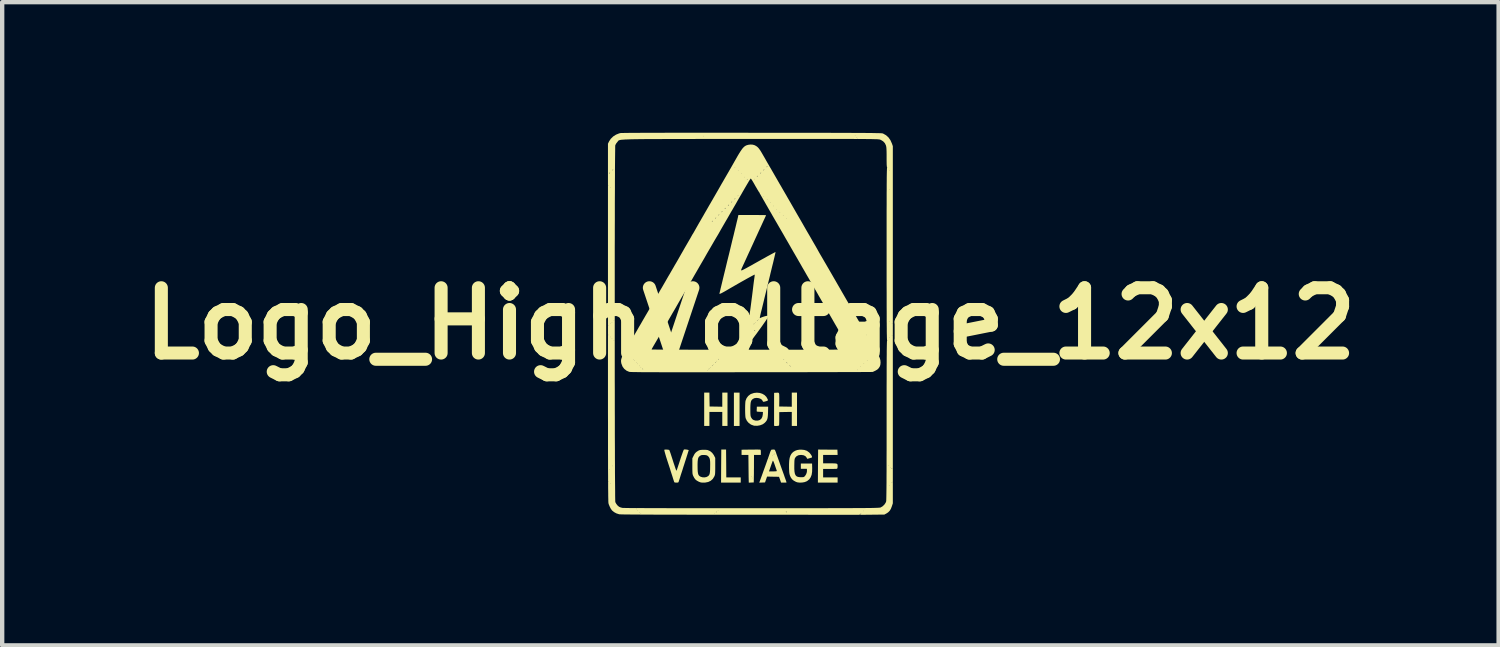
<source format=kicad_pcb>
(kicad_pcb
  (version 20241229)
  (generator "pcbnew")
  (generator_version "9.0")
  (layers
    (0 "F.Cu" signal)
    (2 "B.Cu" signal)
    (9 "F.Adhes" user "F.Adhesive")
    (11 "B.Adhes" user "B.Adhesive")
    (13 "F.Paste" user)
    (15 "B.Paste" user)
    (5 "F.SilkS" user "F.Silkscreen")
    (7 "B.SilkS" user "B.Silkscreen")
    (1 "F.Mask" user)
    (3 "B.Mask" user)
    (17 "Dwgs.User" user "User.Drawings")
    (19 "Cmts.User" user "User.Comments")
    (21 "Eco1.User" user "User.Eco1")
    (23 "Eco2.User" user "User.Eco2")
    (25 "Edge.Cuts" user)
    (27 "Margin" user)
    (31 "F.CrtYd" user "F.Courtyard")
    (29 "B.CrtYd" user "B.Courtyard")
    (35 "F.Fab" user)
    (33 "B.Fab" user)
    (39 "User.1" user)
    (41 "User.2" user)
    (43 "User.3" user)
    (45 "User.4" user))
  (footprint "Logo_HighVoltage_12x12"
    (layer "F.Cu")
    (at 14.193 4.384)
    (property "Reference" "Logo_HighVoltage_12x12" (at 0 0 0) (layer "F.SilkS") (effects (font (size 1.5 1.5) (thickness 0.3))))
    (attr board_only exclude_from_pos_files exclude_from_bom)
    (fp_poly (pts (xy -0.249 1.971) (xy -0.249 2.354) (xy -0.314 2.354) (xy -0.379 2.354) (xy -0.379 1.971) (xy -0.379 1.588) (xy -0.314 1.588) (xy -0.249 1.588)) (stroke (width 0) (type solid)) (fill yes) (layer "F.SilkS"))
    (fp_poly (pts (xy -0.556 3.215) (xy -0.554 3.536) (xy -0.388 3.536) (xy -0.222 3.536) (xy -0.222 3.596) (xy -0.222 3.656) (xy -0.448 3.656) (xy -0.674 3.656) (xy -0.672 3.276) (xy -0.669 2.895) (xy -0.614 2.895) (xy -0.559 2.895)) (stroke (width 0) (type solid)) (fill yes) (layer "F.SilkS"))
    (fp_poly (pts (xy -0.94 1.747) (xy -0.937 1.907) (xy -0.792 1.909) (xy -0.646 1.912) (xy -0.646 1.75) (xy -0.646 1.588) (xy -0.586 1.588) (xy -0.526 1.588) (xy -0.526 1.971) (xy -0.526 2.354) (xy -0.586 2.354) (xy -0.646 2.354) (xy -0.646 2.193) (xy -0.646 2.031) (xy -0.794 2.031) (xy -0.942 2.031) (xy -0.942 2.193) (xy -0.942 2.354) (xy -1.002 2.354) (xy -1.062 2.354) (xy -1.062 1.971) (xy -1.062 1.588) (xy -1.002 1.588) (xy -0.942 1.588)) (stroke (width 0) (type solid)) (fill yes) (layer "F.SilkS"))
    (fp_poly (pts (xy 1.777 2.898) (xy 1.999 2.899) (xy 2.002 2.959) (xy 2.004 3.019) (xy 1.838 3.019) (xy 1.671 3.019) (xy 1.671 3.116) (xy 1.671 3.213) (xy 1.817 3.213) (xy 1.88 3.213) (xy 1.927 3.214) (xy 1.96 3.216) (xy 1.982 3.221) (xy 1.995 3.228) (xy 2.001 3.24) (xy 2.003 3.256) (xy 2.004 3.277) (xy 2.004 3.278) (xy 2.002 3.311) (xy 1.997 3.329) (xy 1.989 3.337) (xy 1.975 3.339) (xy 1.946 3.34) (xy 1.906 3.341) (xy 1.857 3.342) (xy 1.823 3.342) (xy 1.671 3.342) (xy 1.671 3.439) (xy 1.671 3.536) (xy 1.837 3.536) (xy 2.004 3.536) (xy 2.004 3.596) (xy 2.004 3.656) (xy 1.777 3.656) (xy 1.551 3.656) (xy 1.553 3.276) (xy 1.556 2.896)) (stroke (width 0) (type solid)) (fill yes) (layer "F.SilkS"))
    (fp_poly (pts (xy 1.071 1.971) (xy 1.071 2.354) (xy 1.011 2.354) (xy 0.951 2.354) (xy 0.951 2.193) (xy 0.951 2.031) (xy 0.807 2.033) (xy 0.663 2.036) (xy 0.663 2.183) (xy 0.663 2.234) (xy 0.662 2.279) (xy 0.661 2.314) (xy 0.659 2.337) (xy 0.658 2.342) (xy 0.648 2.348) (xy 0.626 2.352) (xy 0.599 2.355) (xy 0.572 2.355) (xy 0.552 2.352) (xy 0.544 2.347) (xy 0.544 2.337) (xy 0.544 2.31) (xy 0.544 2.269) (xy 0.544 2.215) (xy 0.544 2.15) (xy 0.544 2.077) (xy 0.544 1.998) (xy 0.544 1.967) (xy 0.545 1.593) (xy 0.599 1.59) (xy 0.63 1.589) (xy 0.646 1.591) (xy 0.655 1.598) (xy 0.659 1.612) (xy 0.66 1.612) (xy 0.662 1.63) (xy 0.663 1.662) (xy 0.664 1.705) (xy 0.664 1.754) (xy 0.664 1.772) (xy 0.662 1.907) (xy 0.806 1.909) (xy 0.951 1.912) (xy 0.951 1.75) (xy 0.951 1.588) (xy 1.011 1.588) (xy 1.071 1.588)) (stroke (width 0) (type solid)) (fill yes) (layer "F.SilkS"))
    (fp_poly (pts (xy 0.2 2.897) (xy 0.221 2.897) (xy 0.225 2.898) (xy 0.233 2.903) (xy 0.238 2.917) (xy 0.24 2.944) (xy 0.24 2.96) (xy 0.24 3.019) (xy 0.162 3.019) (xy 0.083 3.019) (xy 0.082 3.238) (xy 0.082 3.307) (xy 0.081 3.376) (xy 0.081 3.441) (xy 0.08 3.498) (xy 0.079 3.542) (xy 0.079 3.555) (xy 0.077 3.652) (xy 0.02 3.654) (xy -0.037 3.657) (xy -0.038 3.627) (xy -0.039 3.598) (xy -0.04 3.551) (xy -0.04 3.55) (xy 0.046 3.55) (xy 0.051 3.555) (xy 0.055 3.55) (xy 0.051 3.545) (xy 0.046 3.55) (xy -0.04 3.55) (xy -0.041 3.522) (xy 0.018 3.522) (xy 0.023 3.527) (xy 0.028 3.522) (xy 0.023 3.518) (xy 0.018 3.522) (xy -0.041 3.522) (xy -0.041 3.487) (xy -0.042 3.406) (xy -0.043 3.309) (xy -0.044 3.206) (xy -0.046 3.019) (xy -0.125 3.019) (xy -0.203 3.019) (xy -0.203 2.96) (xy -0.203 2.9) (xy 0.003 2.897) (xy 0.064 2.897) (xy 0.119 2.896) (xy 0.165 2.896)) (stroke (width 0) (type solid)) (fill yes) (layer "F.SilkS"))
    (fp_poly (pts (xy -1.485 2.894) (xy -1.457 2.898) (xy -1.434 2.903) (xy -1.419 2.909) (xy -1.417 2.912) (xy -1.423 2.928) (xy -1.433 2.96) (xy -1.446 3.003) (xy -1.463 3.056) (xy -1.482 3.116) (xy -1.503 3.18) (xy -1.523 3.244) (xy -1.544 3.308) (xy -1.562 3.367) (xy -1.579 3.419) (xy -1.593 3.461) (xy -1.598 3.476) (xy -1.613 3.525) (xy -1.627 3.57) (xy -1.639 3.605) (xy -1.646 3.629) (xy -1.648 3.635) (xy -1.654 3.648) (xy -1.667 3.654) (xy -1.691 3.656) (xy -1.7 3.656) (xy -1.73 3.654) (xy -1.748 3.648) (xy -1.75 3.645) (xy -1.754 3.632) (xy -1.763 3.605) (xy -1.775 3.568) (xy -1.789 3.523) (xy -1.795 3.504) (xy -1.81 3.458) (xy -1.829 3.399) (xy -1.85 3.33) (xy -1.874 3.257) (xy -1.898 3.184) (xy -1.912 3.141) (xy -1.937 3.063) (xy -1.955 3.001) (xy -1.968 2.955) (xy -1.976 2.923) (xy -1.978 2.905) (xy -1.977 2.9) (xy -1.962 2.897) (xy -1.936 2.896) (xy -1.907 2.898) (xy -1.881 2.901) (xy -1.865 2.906) (xy -1.864 2.907) (xy -1.859 2.918) (xy -1.85 2.942) (xy -1.837 2.978) (xy -1.823 3.021) (xy -1.819 3.033) (xy -1.79 3.122) (xy -1.767 3.195) (xy -1.747 3.254) (xy -1.732 3.299) (xy -1.721 3.333) (xy -1.712 3.356) (xy -1.706 3.372) (xy -1.702 3.38) (xy -1.699 3.382) (xy -1.698 3.381) (xy -1.694 3.371) (xy -1.684 3.346) (xy -1.671 3.307) (xy -1.655 3.258) (xy -1.636 3.201) (xy -1.616 3.138) (xy -1.615 3.137) (xy -1.595 3.074) (xy -1.575 3.017) (xy -1.558 2.969) (xy -1.544 2.931) (xy -1.533 2.905) (xy -1.527 2.896) (xy -1.527 2.896) (xy -1.51 2.893)) (stroke (width 0) (type solid)) (fill yes) (layer "F.SilkS"))
    (fp_poly (pts (xy 1.239 2.905) (xy 1.298 2.925) (xy 1.347 2.96) (xy 1.366 2.979) (xy 1.391 3.012) (xy 1.409 3.041) (xy 1.416 3.064) (xy 1.413 3.078) (xy 1.41 3.08) (xy 1.39 3.086) (xy 1.363 3.094) (xy 1.337 3.102) (xy 1.316 3.107) (xy 1.306 3.109) (xy 1.306 3.109) (xy 1.301 3.1) (xy 1.291 3.081) (xy 1.29 3.078) (xy 1.264 3.048) (xy 1.225 3.028) (xy 1.175 3.02) (xy 1.162 3.019) (xy 1.107 3.026) (xy 1.063 3.047) (xy 1.032 3.081) (xy 1.03 3.084) (xy 1.022 3.099) (xy 1.017 3.116) (xy 1.013 3.139) (xy 1.011 3.171) (xy 1.01 3.216) (xy 1.009 3.259) (xy 1.009 3.339) (xy 1.013 3.401) (xy 1.022 3.45) (xy 1.037 3.485) (xy 1.059 3.509) (xy 1.088 3.523) (xy 1.127 3.53) (xy 1.16 3.532) (xy 1.196 3.531) (xy 1.219 3.529) (xy 1.235 3.522) (xy 1.248 3.51) (xy 1.256 3.502) (xy 1.282 3.461) (xy 1.298 3.412) (xy 1.3 3.367) (xy 1.297 3.338) (xy 1.228 3.338) (xy 1.159 3.338) (xy 1.159 3.278) (xy 1.159 3.218) (xy 1.288 3.218) (xy 1.417 3.218) (xy 1.42 3.323) (xy 1.418 3.407) (xy 1.407 3.477) (xy 1.385 3.533) (xy 1.354 3.579) (xy 1.31 3.615) (xy 1.288 3.628) (xy 1.242 3.645) (xy 1.187 3.654) (xy 1.13 3.656) (xy 1.078 3.649) (xy 1.046 3.638) (xy 0.995 3.61) (xy 0.957 3.578) (xy 0.929 3.538) (xy 0.918 3.515) (xy 0.908 3.491) (xy 0.901 3.468) (xy 0.896 3.443) (xy 0.892 3.412) (xy 0.89 3.37) (xy 0.888 3.324) (xy 0.888 3.23) (xy 0.892 3.152) (xy 0.902 3.088) (xy 0.919 3.037) (xy 0.942 2.995) (xy 0.972 2.962) (xy 0.987 2.949) (xy 1.031 2.923) (xy 1.076 2.907) (xy 1.128 2.899) (xy 1.169 2.898)) (stroke (width 0) (type solid)) (fill yes) (layer "F.SilkS"))
    (fp_poly (pts (xy 0.213 1.595) (xy 0.273 1.614) (xy 0.325 1.644) (xy 0.367 1.686) (xy 0.396 1.738) (xy 0.401 1.751) (xy 0.402 1.763) (xy 0.396 1.772) (xy 0.377 1.78) (xy 0.357 1.786) (xy 0.324 1.795) (xy 0.303 1.799) (xy 0.292 1.796) (xy 0.284 1.785) (xy 0.278 1.772) (xy 0.257 1.745) (xy 0.223 1.725) (xy 0.181 1.713) (xy 0.137 1.709) (xy 0.094 1.715) (xy 0.058 1.732) (xy 0.057 1.733) (xy 0.037 1.75) (xy 0.022 1.769) (xy 0.012 1.794) (xy 0.005 1.827) (xy 0.001 1.871) (xy -0.001 1.929) (xy -0.001 1.97) (xy -0.001 2.028) (xy -0.000002 2.071) (xy 0.002 2.102) (xy 0.005 2.125) (xy 0.01 2.142) (xy 0.017 2.158) (xy 0.018 2.16) (xy 0.042 2.196) (xy 0.074 2.218) (xy 0.116 2.23) (xy 0.17 2.231) (xy 0.216 2.217) (xy 0.251 2.188) (xy 0.274 2.145) (xy 0.285 2.091) (xy 0.288 2.032) (xy 0.216 2.029) (xy 0.179 2.027) (xy 0.157 2.025) (xy 0.147 2.02) (xy 0.144 2.012) (xy 0.144 2.01) (xy 0.145 1.991) (xy 0.146 1.963) (xy 0.147 1.953) (xy 0.148 1.911) (xy 0.278 1.911) (xy 0.408 1.911) (xy 0.405 2.043) (xy 0.402 2.107) (xy 0.397 2.156) (xy 0.389 2.194) (xy 0.376 2.225) (xy 0.357 2.252) (xy 0.331 2.28) (xy 0.33 2.281) (xy 0.282 2.316) (xy 0.222 2.339) (xy 0.157 2.35) (xy 0.09 2.348) (xy 0.075 2.345) (xy 0.014 2.323) (xy -0.038 2.286) (xy -0.08 2.237) (xy -0.108 2.178) (xy -0.111 2.167) (xy -0.115 2.142) (xy -0.118 2.103) (xy -0.12 2.054) (xy -0.121 1.999) (xy -0.121 1.941) (xy -0.12 1.885) (xy -0.118 1.836) (xy -0.115 1.797) (xy -0.111 1.773) (xy -0.088 1.716) (xy -0.051 1.666) (xy -0.003 1.628) (xy 0.016 1.618) (xy 0.082 1.596) (xy 0.149 1.589)) (stroke (width 0) (type solid)) (fill yes) (layer "F.SilkS"))
    (fp_poly (pts (xy -1.015 2.903) (xy -0.984 2.907) (xy -0.981 2.908) (xy -0.926 2.932) (xy -0.878 2.972) (xy -0.84 3.024) (xy -0.836 3.033) (xy -0.808 3.088) (xy -0.808 3.278) (xy -0.808 3.342) (xy -0.809 3.391) (xy -0.81 3.427) (xy -0.812 3.454) (xy -0.815 3.475) (xy -0.82 3.492) (xy -0.827 3.509) (xy -0.83 3.516) (xy -0.864 3.571) (xy -0.911 3.613) (xy -0.969 3.641) (xy -1.04 3.655) (xy -1.076 3.656) (xy -1.117 3.655) (xy -1.15 3.649) (xy -1.183 3.636) (xy -1.199 3.628) (xy -1.237 3.606) (xy -1.266 3.581) (xy -1.29 3.548) (xy -1.314 3.502) (xy -1.321 3.485) (xy -1.326 3.469) (xy -1.33 3.449) (xy -1.332 3.422) (xy -1.333 3.387) (xy -1.334 3.339) (xy -1.334 3.278) (xy -1.214 3.278) (xy -1.213 3.347) (xy -1.21 3.401) (xy -1.204 3.442) (xy -1.195 3.472) (xy -1.181 3.494) (xy -1.162 3.51) (xy -1.145 3.52) (xy -1.104 3.533) (xy -1.058 3.536) (xy -1.015 3.529) (xy -0.991 3.518) (xy -0.969 3.504) (xy -0.953 3.488) (xy -0.942 3.469) (xy -0.934 3.443) (xy -0.929 3.406) (xy -0.926 3.358) (xy -0.925 3.3) (xy -0.924 3.231) (xy -0.925 3.177) (xy -0.929 3.135) (xy -0.936 3.104) (xy -0.947 3.08) (xy -0.962 3.06) (xy -0.97 3.051) (xy -0.988 3.036) (xy -1.007 3.028) (xy -1.034 3.023) (xy -1.06 3.021) (xy -1.098 3.021) (xy -1.124 3.024) (xy -1.146 3.034) (xy -1.152 3.037) (xy -1.173 3.053) (xy -1.189 3.071) (xy -1.2 3.095) (xy -1.207 3.127) (xy -1.212 3.171) (xy -1.214 3.228) (xy -1.214 3.278) (xy -1.334 3.278) (xy -1.334 3.278) (xy -1.334 3.097) (xy -1.303 3.035) (xy -1.283 2.997) (xy -1.262 2.971) (xy -1.236 2.948) (xy -1.222 2.939) (xy -1.194 2.921) (xy -1.171 2.911) (xy -1.144 2.905) (xy -1.108 2.902) (xy -1.096 2.901) (xy -1.054 2.901)) (stroke (width 0) (type solid)) (fill yes) (layer "F.SilkS"))
    (fp_poly (pts (xy 0.546 2.896) (xy 0.558 2.901) (xy 0.568 2.915) (xy 0.579 2.942) (xy 0.589 2.968) (xy 0.596 2.99) (xy 0.609 3.027) (xy 0.627 3.076) (xy 0.648 3.135) (xy 0.672 3.202) (xy 0.697 3.274) (xy 0.719 3.335) (xy 0.745 3.407) (xy 0.769 3.473) (xy 0.789 3.532) (xy 0.807 3.581) (xy 0.82 3.619) (xy 0.828 3.643) (xy 0.831 3.651) (xy 0.823 3.654) (xy 0.8 3.656) (xy 0.769 3.656) (xy 0.768 3.656) (xy 0.705 3.656) (xy 0.682 3.589) (xy 0.658 3.522) (xy 0.521 3.52) (xy 0.383 3.517) (xy 0.36 3.585) (xy 0.336 3.652) (xy 0.27 3.654) (xy 0.204 3.657) (xy 0.216 3.622) (xy 0.247 3.538) (xy 0.278 3.452) (xy 0.297 3.398) (xy 0.427 3.398) (xy 0.519 3.398) (xy 0.563 3.397) (xy 0.591 3.395) (xy 0.605 3.392) (xy 0.607 3.386) (xy 0.603 3.374) (xy 0.594 3.347) (xy 0.581 3.31) (xy 0.566 3.267) (xy 0.563 3.257) (xy 0.545 3.207) (xy 0.531 3.172) (xy 0.521 3.154) (xy 0.515 3.152) (xy 0.51 3.165) (xy 0.5 3.192) (xy 0.486 3.229) (xy 0.471 3.272) (xy 0.468 3.281) (xy 0.427 3.398) (xy 0.297 3.398) (xy 0.309 3.365) (xy 0.34 3.28) (xy 0.369 3.199) (xy 0.395 3.124) (xy 0.402 3.107) (xy 0.434 3.107) (xy 0.439 3.112) (xy 0.443 3.107) (xy 0.439 3.102) (xy 0.434 3.107) (xy 0.402 3.107) (xy 0.419 3.058) (xy 0.428 3.033) (xy 0.508 3.033) (xy 0.512 3.038) (xy 0.517 3.033) (xy 0.512 3.028) (xy 0.508 3.033) (xy 0.428 3.033) (xy 0.436 3.009) (xy 0.538 3.009) (xy 0.539 3.01) (xy 0.547 3.003) (xy 0.549 3.001) (xy 0.552 2.992) (xy 0.55 2.991) (xy 0.542 2.998) (xy 0.54 3.001) (xy 0.538 3.009) (xy 0.436 3.009) (xy 0.438 3.004) (xy 0.452 2.963) (xy 0.459 2.943) (xy 0.472 2.914) (xy 0.484 2.9) (xy 0.488 2.898) (xy 0.509 2.897) (xy 0.529 2.896)) (stroke (width 0) (type solid)) (fill yes) (layer "F.SilkS"))
    (fp_poly (pts (xy 0.117 -2.493) (xy 0.185 -2.493) (xy 0.245 -2.492) (xy 0.295 -2.492) (xy 0.332 -2.491) (xy 0.354 -2.49) (xy 0.36 -2.489) (xy 0.356 -2.48) (xy 0.347 -2.458) (xy 0.332 -2.426) (xy 0.318 -2.395) (xy 0.298 -2.353) (xy 0.28 -2.313) (xy 0.265 -2.281) (xy 0.259 -2.267) (xy 0.247 -2.241) (xy 0.23 -2.205) (xy 0.212 -2.165) (xy 0.208 -2.156) (xy 0.192 -2.122) (xy 0.171 -2.076) (xy 0.147 -2.023) (xy 0.121 -1.967) (xy 0.104 -1.93) (xy 0.079 -1.875) (xy 0.054 -1.82) (xy 0.031 -1.77) (xy 0.012 -1.729) (xy 0.003 -1.708) (xy -0.012 -1.676) (xy -0.033 -1.631) (xy -0.057 -1.579) (xy -0.082 -1.524) (xy -0.097 -1.491) (xy -0.121 -1.439) (xy -0.144 -1.388) (xy -0.165 -1.343) (xy -0.181 -1.308) (xy -0.188 -1.293) (xy -0.201 -1.264) (xy -0.21 -1.241) (xy -0.212 -1.23) (xy -0.212 -1.225) (xy -0.212 -1.222) (xy -0.209 -1.22) (xy -0.204 -1.22) (xy -0.194 -1.223) (xy -0.179 -1.229) (xy -0.158 -1.24) (xy -0.129 -1.255) (xy -0.091 -1.275) (xy -0.044 -1.301) (xy 0.015 -1.333) (xy 0.085 -1.373) (xy 0.169 -1.42) (xy 0.267 -1.475) (xy 0.326 -1.507) (xy 0.387 -1.542) (xy 0.443 -1.572) (xy 0.492 -1.599) (xy 0.532 -1.62) (xy 0.56 -1.635) (xy 0.575 -1.642) (xy 0.577 -1.642) (xy 0.576 -1.633) (xy 0.571 -1.607) (xy 0.562 -1.569) (xy 0.551 -1.52) (xy 0.537 -1.462) (xy 0.522 -1.398) (xy 0.521 -1.394) (xy 0.502 -1.319) (xy 0.483 -1.24) (xy 0.464 -1.163) (xy 0.447 -1.09) (xy 0.432 -1.029) (xy 0.424 -0.997) (xy 0.388 -0.847) (xy 0.355 -0.713) (xy 0.326 -0.595) (xy 0.301 -0.491) (xy 0.279 -0.401) (xy 0.26 -0.323) (xy 0.245 -0.266) (xy 0.231 -0.207) (xy 0.222 -0.165) (xy 0.217 -0.138) (xy 0.217 -0.125) (xy 0.22 -0.123) (xy 0.221 -0.124) (xy 0.236 -0.132) (xy 0.264 -0.144) (xy 0.299 -0.156) (xy 0.314 -0.161) (xy 0.353 -0.172) (xy 0.378 -0.177) (xy 0.393 -0.178) (xy 0.403 -0.173) (xy 0.404 -0.172) (xy 0.408 -0.165) (xy 0.406 -0.154) (xy 0.398 -0.136) (xy 0.382 -0.109) (xy 0.357 -0.07) (xy 0.34 -0.045) (xy 0.309 -0.001) (xy 0.271 0.054) (xy 0.228 0.114) (xy 0.184 0.174) (xy 0.143 0.231) (xy 0.106 0.28) (xy 0.072 0.326) (xy 0.042 0.367) (xy 0.019 0.398) (xy 0.004 0.419) (xy 0.001 0.422) (xy -0.014 0.441) (xy -0.025 0.452) (xy -0.027 0.452) (xy -0.032 0.444) (xy -0.039 0.421) (xy -0.048 0.388) (xy -0.054 0.362) (xy -0.062 0.327) (xy -0.072 0.281) (xy -0.085 0.225) (xy -0.099 0.163) (xy -0.102 0.148) (xy 0.084 0.148) (xy 0.086 0.153) (xy 0.091 0.159) (xy 0.105 0.174) (xy 0.111 0.174) (xy 0.111 0.172) (xy 0.104 0.164) (xy 0.095 0.156) (xy 0.084 0.148) (xy -0.102 0.148) (xy -0.108 0.125) (xy -0.037 0.125) (xy -0.032 0.129) (xy -0.028 0.125) (xy -0.032 0.12) (xy -0.037 0.125) (xy -0.108 0.125) (xy -0.114 0.097) (xy -0.118 0.078) (xy 0.009 0.078) (xy 0.014 0.083) (xy 0.018 0.078) (xy 0.014 0.074) (xy 0.009 0.078) (xy -0.118 0.078) (xy -0.124 0.051) (xy -0.018 0.051) (xy -0.014 0.055) (xy -0.009 0.051) (xy -0.014 0.046) (xy -0.018 0.051) (xy -0.124 0.051) (xy -0.129 0.03) (xy -0.136 0.000071) (xy -0.064 0.000071) (xy -0.062 0.005) (xy -0.057 0.012) (xy -0.043 0.026) (xy -0.037 0.026) (xy -0.037 0.024) (xy -0.042 0.018) (xy 0.076 0.018) (xy 0.077 0.018) (xy 0.086 0.012) (xy 0.088 0.009) (xy 0.09 0.001) (xy 0.089 0) (xy 0.08 0.006) (xy 0.078 0.009) (xy 0.076 0.018) (xy -0.042 0.018) (xy -0.043 0.017) (xy -0.053 0.008) (xy -0.064 0.000071) (xy -0.136 0.000071) (xy -0.141 -0.023) (xy 0.111 -0.023) (xy 0.115 -0.018) (xy 0.12 -0.023) (xy 0.115 -0.028) (xy 0.111 -0.023) (xy -0.141 -0.023) (xy -0.144 -0.036) (xy -0.15 -0.062) (xy -0.128 -0.062) (xy -0.126 -0.057) (xy -0.116 -0.047) (xy -0.111 -0.049) (xy -0.111 -0.05) (xy -0.116 -0.056) (xy 0.15 -0.056) (xy 0.151 -0.055) (xy 0.16 -0.062) (xy 0.162 -0.065) (xy 0.164 -0.073) (xy 0.163 -0.074) (xy 0.154 -0.067) (xy 0.152 -0.065) (xy 0.15 -0.056) (xy -0.116 -0.056) (xy -0.117 -0.058) (xy -0.121 -0.061) (xy -0.128 -0.062) (xy -0.15 -0.062) (xy -0.159 -0.097) (xy 0.185 -0.097) (xy 0.189 -0.092) (xy 0.194 -0.097) (xy 0.189 -0.102) (xy 0.185 -0.097) (xy -0.159 -0.097) (xy -0.159 -0.098) (xy -0.172 -0.154) (xy -0.183 -0.202) (xy -0.192 -0.238) (xy -0.197 -0.26) (xy -0.199 -0.265) (xy -0.195 -0.278) (xy -0.186 -0.285) (xy -0.175 -0.287) (xy -0.159 -0.282) (xy -0.136 -0.267) (xy -0.102 -0.242) (xy -0.098 -0.239) (xy -0.067 -0.216) (xy -0.042 -0.198) (xy -0.027 -0.188) (xy -0.023 -0.186) (xy -0.02 -0.197) (xy -0.016 -0.224) (xy -0.01 -0.266) (xy -0.002 -0.321) (xy 0.007 -0.389) (xy 0.017 -0.466) (xy 0.028 -0.552) (xy 0.04 -0.644) (xy 0.051 -0.734) (xy 0.06 -0.806) (xy 0.068 -0.874) (xy 0.076 -0.937) (xy 0.083 -0.99) (xy 0.089 -1.032) (xy 0.093 -1.059) (xy 0.093 -1.061) (xy 0.097 -1.092) (xy 0.099 -1.114) (xy 0.098 -1.124) (xy 0.089 -1.121) (xy 0.066 -1.109) (xy 0.03 -1.09) (xy -0.016 -1.065) (xy -0.071 -1.035) (xy -0.133 -1) (xy -0.201 -0.962) (xy -0.273 -0.921) (xy -0.346 -0.879) (xy -0.369 -0.866) (xy -0.389 -0.854) (xy -0.421 -0.836) (xy -0.461 -0.813) (xy -0.505 -0.787) (xy -0.517 -0.78) (xy -0.579 -0.744) (xy -0.628 -0.717) (xy -0.663 -0.698) (xy -0.688 -0.687) (xy -0.703 -0.681) (xy -0.71 -0.681) (xy -0.711 -0.684) (xy -0.709 -0.697) (xy -0.703 -0.723) (xy -0.694 -0.761) (xy -0.684 -0.806) (xy -0.679 -0.825) (xy -0.666 -0.879) (xy -0.65 -0.945) (xy -0.633 -1.016) (xy -0.616 -1.086) (xy -0.605 -1.131) (xy -0.569 -1.278) (xy -0.53 -1.441) (xy -0.486 -1.617) (xy -0.443 -1.796) (xy -0.412 -1.925) (xy -0.384 -2.037) (xy -0.361 -2.134) (xy -0.341 -2.215) (xy -0.325 -2.283) (xy -0.312 -2.338) (xy -0.301 -2.381) (xy -0.294 -2.412) (xy -0.29 -2.427) (xy -0.276 -2.493) (xy 0.042 -2.493)) (stroke (width 0) (type solid)) (fill yes) (layer "F.SilkS"))
    (fp_poly (pts (xy -0.866 -4.384) (xy -0.584 -4.384) (xy -0.285 -4.384) (xy 0.032 -4.383) (xy 0.042 -4.383) (xy 0.32 -4.383) (xy 0.581 -4.383) (xy 0.825 -4.383) (xy 1.052 -4.383) (xy 1.263 -4.382) (xy 1.458 -4.382) (xy 1.638 -4.382) (xy 1.805 -4.382) (xy 1.957 -4.381) (xy 2.096 -4.381) (xy 2.223 -4.381) (xy 2.338 -4.38) (xy 2.442 -4.38) (xy 2.535 -4.379) (xy 2.618 -4.379) (xy 2.691 -4.378) (xy 2.755 -4.378) (xy 2.811 -4.377) (xy 2.86 -4.376) (xy 2.901 -4.375) (xy 2.936 -4.375) (xy 2.964 -4.374) (xy 2.988 -4.373) (xy 3.006 -4.372) (xy 3.021 -4.371) (xy 3.032 -4.369) (xy 3.04 -4.368) (xy 3.046 -4.367) (xy 3.049 -4.365) (xy 3.118 -4.326) (xy 3.173 -4.276) (xy 3.217 -4.214) (xy 3.252 -4.136) (xy 3.273 -4.076) (xy 3.273 0.028) (xy 3.273 4.132) (xy 3.251 4.199) (xy 3.228 4.259) (xy 3.2 4.304) (xy 3.165 4.339) (xy 3.129 4.363) (xy 3.079 4.39) (xy 2.798 4.393) (xy 2.517 4.396) (xy 2.535 4.375) (xy 2.553 4.353) (xy 2.529 4.374) (xy 2.506 4.395) (xy -0.231 4.394) (xy -0.514 4.394) (xy -0.778 4.394) (xy -1.025 4.394) (xy -1.255 4.394) (xy -1.468 4.393) (xy -1.665 4.393) (xy -1.847 4.393) (xy -2.014 4.392) (xy -2.165 4.392) (xy -2.303 4.391) (xy -2.427 4.391) (xy -2.538 4.39) (xy -2.636 4.39) (xy -2.721 4.389) (xy -2.795 4.388) (xy -2.857 4.388) (xy -2.909 4.387) (xy -2.95 4.386) (xy -2.982 4.385) (xy -3.004 4.384) (xy -3.017 4.383) (xy -3.019 4.382) (xy -3.078 4.363) (xy -3.079 4.363) (xy -2.521 4.363) (xy -2.516 4.367) (xy -2.511 4.363) (xy -0.822 4.363) (xy -0.817 4.367) (xy -0.813 4.363) (xy -0.817 4.358) (xy -0.822 4.363) (xy -2.511 4.363) (xy -2.516 4.358) (xy -2.521 4.363) (xy -3.079 4.363) (xy -3.13 4.335) (xy -2.548 4.335) (xy -2.544 4.34) (xy -2.543 4.339) (xy -0.792 4.339) (xy -0.791 4.34) (xy -0.782 4.333) (xy -0.78 4.33) (xy -0.778 4.322) (xy -0.779 4.321) (xy -0.788 4.328) (xy -0.789 4.33) (xy -0.792 4.339) (xy -2.543 4.339) (xy -2.539 4.335) (xy -2.544 4.33) (xy -2.548 4.335) (xy -3.13 4.335) (xy -3.133 4.333) (xy -3.159 4.312) (xy 0.813 4.312) (xy 0.815 4.317) (xy 0.821 4.323) (xy 0.834 4.338) (xy 0.84 4.338) (xy 0.84 4.336) (xy 0.834 4.328) (xy 0.824 4.32) (xy 0.813 4.312) (xy -3.159 4.312) (xy -3.165 4.307) (xy 2.594 4.307) (xy 2.599 4.312) (xy 2.604 4.307) (xy 2.599 4.303) (xy 2.594 4.307) (xy -3.165 4.307) (xy -3.178 4.297) (xy -3.178 4.296) (xy -3.184 4.289) (xy -2.594 4.289) (xy -2.59 4.293) (xy -2.585 4.289) (xy -0.748 4.289) (xy -0.743 4.293) (xy -0.739 4.289) (xy -0.743 4.284) (xy -0.748 4.289) (xy -2.585 4.289) (xy -2.59 4.284) (xy -2.594 4.289) (xy -3.184 4.289) (xy -3.204 4.261) (xy -2.622 4.261) (xy -2.618 4.266) (xy -2.613 4.261) (xy -2.618 4.256) (xy -2.622 4.261) (xy -3.204 4.261) (xy -3.205 4.261) (xy -3.23 4.213) (xy -3.252 4.161) (xy -3.261 4.132) (xy -3.262 4.125) (xy -3.263 4.114) (xy -3.264 4.096) (xy -3.265 4.072) (xy -3.265 4.042) (xy -3.266 4.004) (xy -3.267 3.959) (xy -3.267 3.906) (xy -3.268 3.844) (xy -3.269 3.773) (xy -3.269 3.692) (xy -3.269 3.67) (xy -3.213 3.67) (xy -3.208 3.675) (xy -3.204 3.67) (xy -3.208 3.666) (xy -3.213 3.67) (xy -3.269 3.67) (xy -3.27 3.624) (xy -3.259 3.624) (xy -3.255 3.629) (xy -3.25 3.624) (xy -3.255 3.619) (xy -3.259 3.624) (xy -3.27 3.624) (xy -3.27 3.602) (xy -3.27 3.501) (xy -3.271 3.389) (xy -3.271 3.347) (xy -3.241 3.347) (xy -3.236 3.352) (xy -3.232 3.347) (xy -3.236 3.342) (xy -3.241 3.347) (xy -3.271 3.347) (xy -3.271 3.273) (xy -3.167 3.273) (xy -3.162 3.278) (xy -3.158 3.273) (xy -3.162 3.268) (xy -3.167 3.273) (xy -3.271 3.273) (xy -3.271 3.266) (xy -3.271 3.131) (xy -3.272 2.984) (xy -3.272 2.824) (xy -3.272 2.65) (xy -3.272 2.464) (xy -3.272 2.262) (xy -3.273 2.047) (xy -3.273 1.816) (xy -3.273 1.57) (xy -3.273 1.308) (xy -3.273 1.029) (xy -3.273 0.734) (xy -3.273 0.421) (xy -3.273 0.383) (xy -3.139 0.383) (xy -3.135 0.388) (xy -3.13 0.383) (xy -3.135 0.379) (xy -3.139 0.383) (xy -3.273 0.383) (xy -3.273 0.337) (xy -3.185 0.337) (xy -3.181 0.342) (xy -3.176 0.337) (xy -3.181 0.332) (xy -3.185 0.337) (xy -3.273 0.337) (xy -3.273 0.309) (xy -3.213 0.309) (xy -3.208 0.314) (xy -3.204 0.309) (xy -3.208 0.305) (xy -3.213 0.309) (xy -3.273 0.309) (xy -3.273 0.263) (xy -3.259 0.263) (xy -3.255 0.268) (xy -3.25 0.263) (xy -3.255 0.259) (xy -3.259 0.263) (xy -3.273 0.263) (xy -3.273 0.09) (xy -3.273 0.051) (xy -3.259 0.051) (xy -3.255 0.055) (xy -3.25 0.051) (xy -3.255 0.046) (xy -3.259 0.051) (xy -3.273 0.051) (xy -3.273 0.005) (xy -3.213 0.005) (xy -3.208 0.009) (xy -3.204 0.005) (xy -3.208 0) (xy -3.213 0.005) (xy -3.273 0.005) (xy -3.273 -0.023) (xy -3.185 -0.023) (xy -3.181 -0.018) (xy -3.176 -0.023) (xy -3.181 -0.028) (xy -3.185 -0.023) (xy -3.273 -0.023) (xy -3.273 -0.069) (xy -3.139 -0.069) (xy -3.135 -0.065) (xy -3.13 -0.069) (xy -3.135 -0.074) (xy -3.139 -0.069) (xy -3.273 -0.069) (xy -3.273 -0.126) (xy -3.117 -0.126) (xy -3.117 0.113) (xy -3.117 0.352) (xy -3.117 0.589) (xy -3.117 0.825) (xy -3.117 1.058) (xy -3.117 1.289) (xy -3.116 1.515) (xy -3.116 1.736) (xy -3.116 1.952) (xy -3.115 2.162) (xy -3.115 2.366) (xy -3.115 2.561) (xy -3.114 2.749) (xy -3.113 2.927) (xy -3.113 3.095) (xy -3.112 3.254) (xy -3.112 3.401) (xy -3.111 3.536) (xy -3.11 3.658) (xy -3.109 3.767) (xy -3.108 3.863) (xy -3.108 3.943) (xy -3.107 4.008) (xy -3.106 4.056) (xy -3.105 4.088) (xy -3.104 4.102) (xy -3.104 4.103) (xy -3.083 4.142) (xy -3.054 4.18) (xy -3.02 4.209) (xy -3.009 4.215) (xy -2.985 4.225) (xy -2.952 4.234) (xy -2.934 4.237) (xy -2.921 4.238) (xy -2.89 4.238) (xy -2.841 4.239) (xy -2.777 4.24) (xy -2.696 4.24) (xy -2.599 4.241) (xy -2.488 4.241) (xy -2.364 4.242) (xy -2.225 4.242) (xy -2.074 4.242) (xy -1.91 4.243) (xy -1.735 4.243) (xy -1.549 4.243) (xy -1.353 4.244) (xy -1.147 4.244) (xy -0.932 4.244) (xy -0.709 4.244) (xy -0.478 4.244) (xy -0.239 4.244) (xy 0.006 4.244) (xy 0.032 4.244) (xy 0.308 4.244) (xy 0.565 4.244) (xy 0.806 4.243) (xy 1.029 4.243) (xy 1.237 4.243) (xy 1.429 4.243) (xy 1.607 4.243) (xy 1.77 4.243) (xy 1.919 4.242) (xy 2.056 4.242) (xy 2.18 4.242) (xy 2.293 4.242) (xy 2.394 4.241) (xy 2.485 4.241) (xy 2.565 4.24) (xy 2.637 4.24) (xy 2.699 4.239) (xy 2.754 4.239) (xy 2.801 4.238) (xy 2.841 4.237) (xy 2.875 4.236) (xy 2.903 4.235) (xy 2.926 4.234) (xy 2.944 4.233) (xy 2.959 4.232) (xy 2.97 4.231) (xy 2.979 4.23) (xy 2.986 4.228) (xy 2.991 4.227) (xy 2.994 4.226) (xy 3.038 4.2) (xy 3.077 4.163) (xy 3.107 4.119) (xy 3.12 4.086) (xy 3.121 4.075) (xy 3.122 4.052) (xy 3.123 4.017) (xy 3.124 3.969) (xy 3.125 3.909) (xy 3.126 3.835) (xy 3.127 3.747) (xy 3.127 3.716) (xy 3.185 3.716) (xy 3.19 3.721) (xy 3.195 3.716) (xy 3.19 3.712) (xy 3.185 3.716) (xy 3.127 3.716) (xy 3.128 3.661) (xy 3.241 3.661) (xy 3.245 3.666) (xy 3.25 3.661) (xy 3.245 3.656) (xy 3.241 3.661) (xy 3.128 3.661) (xy 3.128 3.645) (xy 3.128 3.642) (xy 3.259 3.642) (xy 3.264 3.647) (xy 3.268 3.642) (xy 3.264 3.638) (xy 3.259 3.642) (xy 3.128 3.642) (xy 3.128 3.528) (xy 3.129 3.395) (xy 3.129 3.327) (xy 3.242 3.327) (xy 3.245 3.332) (xy 3.254 3.342) (xy 3.259 3.34) (xy 3.259 3.338) (xy 3.253 3.33) (xy 3.249 3.328) (xy 3.242 3.327) (xy 3.129 3.327) (xy 3.129 3.301) (xy 3.213 3.301) (xy 3.218 3.305) (xy 3.222 3.301) (xy 3.218 3.296) (xy 3.213 3.301) (xy 3.129 3.301) (xy 3.129 3.255) (xy 3.167 3.255) (xy 3.172 3.259) (xy 3.176 3.255) (xy 3.172 3.25) (xy 3.167 3.255) (xy 3.129 3.255) (xy 3.129 3.248) (xy 3.129 3.083) (xy 3.13 2.903) (xy 3.13 2.705) (xy 3.13 2.49) (xy 3.13 2.256) (xy 3.13 2.224) (xy 3.13 2) (xy 3.13 1.794) (xy 3.13 1.605) (xy 3.13 1.433) (xy 3.131 1.277) (xy 3.131 1.136) (xy 3.131 1.009) (xy 3.132 0.896) (xy 3.132 0.797) (xy 3.133 0.71) (xy 3.133 0.635) (xy 3.134 0.571) (xy 3.135 0.519) (xy 3.136 0.476) (xy 3.137 0.442) (xy 3.138 0.417) (xy 3.139 0.401) (xy 3.141 0.392) (xy 3.142 0.389) (xy 3.148 0.38) (xy 3.142 0.382) (xy 3.142 0.382) (xy 3.14 0.379) (xy 3.139 0.369) (xy 3.138 0.351) (xy 3.137 0.328) (xy 3.195 0.328) (xy 3.199 0.332) (xy 3.204 0.328) (xy 3.199 0.323) (xy 3.195 0.328) (xy 3.137 0.328) (xy 3.137 0.324) (xy 3.136 0.289) (xy 3.136 0.272) (xy 3.25 0.272) (xy 3.255 0.277) (xy 3.259 0.272) (xy 3.255 0.268) (xy 3.25 0.272) (xy 3.136 0.272) (xy 3.135 0.243) (xy 3.134 0.187) (xy 3.134 0.12) (xy 3.133 0.041) (xy 3.133 0.005) (xy 3.25 0.005) (xy 3.255 0.009) (xy 3.259 0.005) (xy 3.255 0) (xy 3.25 0.005) (xy 3.133 0.005) (xy 3.132 -0.05) (xy 3.132 -0.051) (xy 3.195 -0.051) (xy 3.199 -0.046) (xy 3.204 -0.051) (xy 3.199 -0.055) (xy 3.195 -0.051) (xy 3.132 -0.051) (xy 3.132 -0.153) (xy 3.132 -0.271) (xy 3.131 -0.402) (xy 3.131 -0.548) (xy 3.131 -0.709) (xy 3.13 -0.886) (xy 3.13 -1.079) (xy 3.13 -1.29) (xy 3.13 -1.518) (xy 3.13 -1.597) (xy 3.13 -1.83) (xy 3.13 -2.045) (xy 3.13 -2.243) (xy 3.13 -2.424) (xy 3.13 -2.589) (xy 3.131 -2.739) (xy 3.131 -2.874) (xy 3.131 -2.995) (xy 3.132 -3.079) (xy 3.185 -3.079) (xy 3.19 -3.075) (xy 3.195 -3.079) (xy 3.19 -3.084) (xy 3.185 -3.079) (xy 3.132 -3.079) (xy 3.132 -3.103) (xy 3.132 -3.197) (xy 3.133 -3.28) (xy 3.133 -3.351) (xy 3.134 -3.411) (xy 3.135 -3.461) (xy 3.136 -3.5) (xy 3.137 -3.522) (xy 3.195 -3.522) (xy 3.199 -3.518) (xy 3.204 -3.522) (xy 3.199 -3.527) (xy 3.195 -3.522) (xy 3.137 -3.522) (xy 3.137 -3.531) (xy 3.138 -3.554) (xy 3.139 -3.568) (xy 3.14 -3.576) (xy 3.141 -3.577) (xy 3.148 -3.574) (xy 3.142 -3.582) (xy 3.142 -3.583) (xy 3.138 -3.592) (xy 3.135 -3.613) (xy 3.132 -3.645) (xy 3.131 -3.691) (xy 3.13 -3.753) (xy 3.13 -3.818) (xy 3.13 -3.894) (xy 3.129 -3.955) (xy 3.127 -4.002) (xy 3.125 -4.038) (xy 3.121 -4.065) (xy 3.116 -4.086) (xy 3.116 -4.089) (xy 3.091 -4.142) (xy 3.051 -4.186) (xy 2.999 -4.218) (xy 2.981 -4.225) (xy 2.976 -4.227) (xy 2.97 -4.228) (xy 2.963 -4.23) (xy 2.953 -4.231) (xy 2.941 -4.232) (xy 2.925 -4.234) (xy 2.905 -4.235) (xy 2.881 -4.236) (xy 2.852 -4.236) (xy 2.817 -4.237) (xy 2.775 -4.238) (xy 2.727 -4.239) (xy 2.671 -4.239) (xy 2.607 -4.24) (xy 2.534 -4.24) (xy 2.451 -4.24) (xy 2.359 -4.241) (xy 2.256 -4.241) (xy 2.141 -4.241) (xy 2.015 -4.241) (xy 1.876 -4.241) (xy 1.725 -4.242) (xy 1.559 -4.242) (xy 1.38 -4.242) (xy 1.185 -4.242) (xy 0.975 -4.242) (xy 0.749 -4.241) (xy 0.506 -4.241) (xy 0.245 -4.241) (xy 0.007 -4.241) (xy -0.272 -4.241) (xy -0.534 -4.241) (xy -0.779 -4.241) (xy -1.007 -4.241) (xy -1.219 -4.241) (xy -1.416 -4.24) (xy -1.597 -4.24) (xy -1.765 -4.24) (xy -1.918 -4.24) (xy -2.059 -4.239) (xy -2.187 -4.239) (xy -2.303 -4.238) (xy -2.408 -4.238) (xy -2.502 -4.237) (xy -2.586 -4.236) (xy -2.66 -4.235) (xy -2.726 -4.234) (xy -2.783 -4.232) (xy -2.833 -4.23) (xy -2.875 -4.229) (xy -2.911 -4.226) (xy -2.941 -4.224) (xy -2.966 -4.222) (xy -2.986 -4.219) (xy -3.002 -4.215) (xy -3.014 -4.212) (xy -3.023 -4.208) (xy -3.03 -4.204) (xy -3.035 -4.2) (xy -3.039 -4.195) (xy -3.043 -4.19) (xy -3.047 -4.184) (xy -3.051 -4.178) (xy -3.056 -4.172) (xy -3.056 -4.172) (xy -3.08 -4.143) (xy -3.098 -4.111) (xy -3.105 -4.096) (xy -3.106 -4.084) (xy -3.107 -4.053) (xy -3.107 -4.006) (xy -3.108 -3.942) (xy -3.109 -3.863) (xy -3.11 -3.769) (xy -3.111 -3.661) (xy -3.112 -3.54) (xy -3.112 -3.406) (xy -3.113 -3.26) (xy -3.113 -3.102) (xy -3.114 -2.934) (xy -3.115 -2.757) (xy -3.115 -2.57) (xy -3.115 -2.375) (xy -3.116 -2.173) (xy -3.116 -1.963) (xy -3.117 -1.748) (xy -3.117 -1.526) (xy -3.117 -1.301) (xy -3.117 -1.071) (xy -3.117 -0.838) (xy -3.117 -0.602) (xy -3.117 -0.365) (xy -3.117 -0.126) (xy -3.273 -0.126) (xy -3.273 -3.125) (xy -3.213 -3.125) (xy -3.208 -3.121) (xy -3.204 -3.125) (xy -3.208 -3.13) (xy -3.213 -3.125) (xy -3.273 -3.125) (xy -3.273 -3.172) (xy -3.259 -3.172) (xy -3.255 -3.167) (xy -3.25 -3.172) (xy -3.255 -3.176) (xy -3.259 -3.172) (xy -3.273 -3.172) (xy -3.273 -3.447) (xy -3.25 -3.447) (xy -3.246 -3.445) (xy -3.233 -3.456) (xy -3.23 -3.46) (xy -3.222 -3.471) (xy -3.227 -3.469) (xy -3.234 -3.464) (xy -3.247 -3.452) (xy -3.25 -3.447) (xy -3.273 -3.447) (xy -3.273 -3.524) (xy -3.174 -3.524) (xy -3.174 -3.518) (xy -3.173 -3.518) (xy -3.165 -3.524) (xy -3.157 -3.534) (xy -3.149 -3.545) (xy -3.153 -3.543) (xy -3.16 -3.537) (xy -3.174 -3.524) (xy -3.273 -3.524) (xy -3.273 -4.132) (xy -3.248 -4.184) (xy -3.208 -4.245) (xy -3.191 -4.261) (xy 2.456 -4.261) (xy 2.461 -4.256) (xy 2.465 -4.261) (xy 2.461 -4.266) (xy 2.456 -4.261) (xy -3.191 -4.261) (xy -3.172 -4.279) (xy 2.438 -4.279) (xy 2.442 -4.275) (xy 2.447 -4.279) (xy 2.442 -4.284) (xy 2.438 -4.279) (xy -3.172 -4.279) (xy -3.154 -4.298) (xy -3.139 -4.307) (xy -1.08 -4.307) (xy -1.076 -4.303) (xy -1.071 -4.307) (xy -1.076 -4.312) (xy -1.08 -4.307) (xy -3.139 -4.307) (xy -3.124 -4.316) (xy 2.401 -4.316) (xy 2.405 -4.312) (xy 2.41 -4.316) (xy 2.405 -4.321) (xy 2.401 -4.316) (xy -3.124 -4.316) (xy -3.088 -4.34) (xy -3.016 -4.369) (xy -2.981 -4.377) (xy -2.966 -4.378) (xy -2.933 -4.378) (xy -2.882 -4.379) (xy -2.812 -4.38) (xy -2.724 -4.381) (xy -2.619 -4.381) (xy -2.495 -4.382) (xy -2.353 -4.382) (xy -2.194 -4.383) (xy -2.016 -4.383) (xy -1.821 -4.384) (xy -1.609 -4.384) (xy -1.379 -4.384) (xy -1.131 -4.384)) (stroke (width 0) (type solid)) (fill yes) (layer "F.SilkS"))
    (fp_poly (pts (xy 0.053 -4.11) (xy 0.095 -4.098) (xy 0.102 -4.095) (xy 0.127 -4.081) (xy 0.149 -4.067) (xy 0.169 -4.05) (xy 0.189 -4.029) (xy 0.21 -4.001) (xy 0.235 -3.965) (xy 0.263 -3.918) (xy 0.297 -3.859) (xy 0.337 -3.79) (xy 0.365 -3.74) (xy 0.396 -3.686) (xy 0.426 -3.635) (xy 0.448 -3.596) (xy 0.47 -3.56) (xy 0.497 -3.512) (xy 0.529 -3.457) (xy 0.561 -3.401) (xy 0.582 -3.365) (xy 0.612 -3.313) (xy 0.641 -3.262) (xy 0.668 -3.215) (xy 0.69 -3.178) (xy 0.702 -3.158) (xy 0.717 -3.132) (xy 0.739 -3.093) (xy 0.767 -3.045) (xy 0.798 -2.991) (xy 0.831 -2.935) (xy 0.84 -2.918) (xy 0.928 -2.766) (xy 1.006 -2.63) (xy 1.076 -2.508) (xy 1.138 -2.401) (xy 1.192 -2.308) (xy 1.238 -2.227) (xy 1.277 -2.159) (xy 1.308 -2.105) (xy 1.362 -2.013) (xy 1.407 -1.935) (xy 1.444 -1.87) (xy 1.475 -1.817) (xy 1.5 -1.774) (xy 1.519 -1.74) (xy 1.535 -1.713) (xy 1.546 -1.692) (xy 1.555 -1.676) (xy 1.575 -1.64) (xy 1.595 -1.605) (xy 1.617 -1.567) (xy 1.643 -1.523) (xy 1.675 -1.468) (xy 1.699 -1.426) (xy 1.728 -1.377) (xy 1.757 -1.327) (xy 1.784 -1.28) (xy 1.806 -1.243) (xy 1.809 -1.237) (xy 1.827 -1.206) (xy 1.852 -1.163) (xy 1.881 -1.113) (xy 1.912 -1.059) (xy 1.937 -1.016) (xy 1.971 -0.957) (xy 2.007 -0.894) (xy 2.043 -0.832) (xy 2.075 -0.776) (xy 2.091 -0.748) (xy 2.153 -0.641) (xy 2.206 -0.549) (xy 2.252 -0.47) (xy 2.291 -0.401) (xy 2.325 -0.342) (xy 2.355 -0.29) (xy 2.382 -0.245) (xy 2.406 -0.203) (xy 2.428 -0.164) (xy 2.45 -0.126) (xy 2.456 -0.115) (xy 2.491 -0.055) (xy 2.531 0.014) (xy 2.573 0.087) (xy 2.612 0.155) (xy 2.632 0.189) (xy 2.668 0.252) (xy 2.708 0.323) (xy 2.75 0.395) (xy 2.788 0.461) (xy 2.807 0.494) (xy 2.848 0.565) (xy 2.881 0.622) (xy 2.907 0.667) (xy 2.927 0.702) (xy 2.942 0.728) (xy 2.953 0.749) (xy 2.961 0.766) (xy 2.967 0.78) (xy 2.973 0.795) (xy 2.974 0.797) (xy 2.987 0.846) (xy 2.991 0.899) (xy 2.986 0.95) (xy 2.974 0.986) (xy 2.948 1.027) (xy 2.916 1.058) (xy 2.872 1.084) (xy 2.863 1.088) (xy 2.811 1.113) (xy 2.507 1.115) (xy 2.471 1.115) (xy 2.417 1.115) (xy 2.347 1.116) (xy 2.261 1.116) (xy 2.16 1.116) (xy 2.045 1.116) (xy 1.917 1.117) (xy 1.777 1.117) (xy 1.625 1.117) (xy 1.463 1.117) (xy 1.291 1.118) (xy 1.11 1.118) (xy 0.922 1.118) (xy 0.726 1.118) (xy 0.525 1.119) (xy 0.318 1.119) (xy 0.107 1.119) (xy -0.108 1.119) (xy -0.271 1.119) (xy -0.531 1.12) (xy -0.773 1.12) (xy -0.998 1.12) (xy -1.206 1.12) (xy -1.398 1.12) (xy -1.575 1.12) (xy -1.737 1.12) (xy -1.884 1.12) (xy -2.018 1.12) (xy -2.139 1.119) (xy -2.247 1.119) (xy -2.343 1.119) (xy -2.428 1.118) (xy -2.502 1.118) (xy -2.567 1.117) (xy -2.621 1.116) (xy -2.667 1.116) (xy -2.704 1.115) (xy -2.734 1.114) (xy -2.757 1.113) (xy -2.773 1.112) (xy -2.783 1.11) (xy -2.786 1.11) (xy -2.843 1.085) (xy -0.997 1.085) (xy -0.993 1.089) (xy -0.988 1.085) (xy -0.993 1.08) (xy -0.997 1.085) (xy -2.843 1.085) (xy -2.849 1.082) (xy -2.868 1.066) (xy 2.456 1.066) (xy 2.461 1.071) (xy 2.465 1.066) (xy 2.461 1.062) (xy 2.456 1.066) (xy -2.868 1.066) (xy -2.886 1.052) (xy -0.958 1.052) (xy -0.957 1.053) (xy -0.948 1.046) (xy -0.946 1.043) (xy -0.944 1.035) (xy -0.945 1.034) (xy -0.954 1.041) (xy -0.956 1.043) (xy -0.958 1.052) (xy -2.886 1.052) (xy -2.9 1.041) (xy -2.903 1.037) (xy -2.482 1.037) (xy -2.48 1.042) (xy -2.471 1.052) (xy -2.465 1.05) (xy -2.465 1.048) (xy -2.472 1.041) (xy -2.476 1.038) (xy -2.482 1.037) (xy -2.903 1.037) (xy -2.922 1.011) (xy -0.923 1.011) (xy -0.919 1.016) (xy -0.914 1.011) (xy -0.919 1.006) (xy -0.923 1.011) (xy -2.922 1.011) (xy -2.929 1.002) (xy -2.521 1.002) (xy -2.516 1.006) (xy -2.511 1.002) (xy -2.516 0.997) (xy -2.521 1.002) (xy -2.929 1.002) (xy -2.935 0.993) (xy 2.53 0.993) (xy 2.534 0.997) (xy 2.539 0.993) (xy 2.534 0.988) (xy 2.53 0.993) (xy -2.935 0.993) (xy -2.939 0.987) (xy -2.944 0.974) (xy -2.548 0.974) (xy -2.544 0.979) (xy -2.543 0.978) (xy -0.884 0.978) (xy -0.883 0.979) (xy -0.874 0.972) (xy -0.873 0.969) (xy -0.87 0.961) (xy -0.871 0.96) (xy 0.896 0.96) (xy 0.898 0.965) (xy 0.904 0.972) (xy 0.917 0.986) (xy 0.923 0.986) (xy 0.923 0.984) (xy 0.917 0.977) (xy 0.907 0.968) (xy 0.896 0.96) (xy -0.871 0.96) (xy -0.871 0.96) (xy -0.88 0.967) (xy -0.882 0.969) (xy -0.884 0.978) (xy -2.543 0.978) (xy -2.539 0.974) (xy -2.544 0.969) (xy -2.548 0.974) (xy -2.944 0.974) (xy -2.958 0.937) (xy -0.849 0.937) (xy -0.845 0.942) (xy -0.84 0.937) (xy -0.845 0.933) (xy -0.849 0.937) (xy -2.958 0.937) (xy -2.962 0.928) (xy -2.594 0.928) (xy -2.59 0.933) (xy -2.585 0.928) (xy -2.59 0.923) (xy -2.594 0.928) (xy -2.962 0.928) (xy -2.964 0.923) (xy -2.965 0.919) (xy -2.965 0.919) (xy 2.604 0.919) (xy 2.608 0.923) (xy 2.613 0.919) (xy 2.608 0.914) (xy 2.604 0.919) (xy -2.965 0.919) (xy -2.968 0.9) (xy -2.622 0.9) (xy -2.618 0.905) (xy -2.617 0.904) (xy -0.81 0.904) (xy -0.809 0.905) (xy -0.801 0.898) (xy -0.799 0.896) (xy -0.796 0.887) (xy -0.797 0.886) (xy 0.822 0.886) (xy 0.825 0.891) (xy 0.83 0.898) (xy 0.843 0.912) (xy 0.849 0.912) (xy 0.849 0.911) (xy 0.843 0.903) (xy 0.833 0.894) (xy 0.822 0.886) (xy -0.797 0.886) (xy -0.798 0.886) (xy -0.806 0.893) (xy -0.808 0.896) (xy -0.81 0.904) (xy -2.617 0.904) (xy -2.613 0.9) (xy -2.618 0.896) (xy -2.622 0.9) (xy -2.968 0.9) (xy -2.97 0.894) (xy -2.972 0.87) (xy -2.972 0.863) (xy -0.776 0.863) (xy -0.771 0.868) (xy -0.766 0.863) (xy -0.771 0.859) (xy -0.776 0.863) (xy -2.972 0.863) (xy -2.972 0.854) (xy -2.668 0.854) (xy -2.664 0.859) (xy -2.659 0.854) (xy -2.664 0.849) (xy -2.668 0.854) (xy -2.972 0.854) (xy -2.972 0.846) (xy -2.972 0.845) (xy 2.678 0.845) (xy 2.682 0.849) (xy 2.687 0.845) (xy 2.682 0.84) (xy 2.678 0.845) (xy -2.972 0.845) (xy -2.969 0.826) (xy -2.696 0.826) (xy -2.691 0.831) (xy -2.691 0.83) (xy -0.736 0.83) (xy -0.735 0.831) (xy -0.727 0.824) (xy -0.725 0.822) (xy -0.722 0.813) (xy -0.724 0.813) (xy 0.748 0.813) (xy 0.751 0.817) (xy 0.756 0.824) (xy 0.769 0.838) (xy 0.775 0.838) (xy 0.776 0.837) (xy 0.769 0.829) (xy 0.759 0.821) (xy 0.748 0.813) (xy -0.724 0.813) (xy -0.724 0.813) (xy -0.732 0.819) (xy -0.734 0.822) (xy -0.736 0.83) (xy -2.691 0.83) (xy -2.687 0.826) (xy -2.691 0.822) (xy -2.696 0.826) (xy -2.969 0.826) (xy -2.968 0.821) (xy -2.959 0.792) (xy -2.958 0.789) (xy -0.702 0.789) (xy -0.697 0.794) (xy -0.692 0.789) (xy -0.697 0.785) (xy -0.702 0.789) (xy -2.958 0.789) (xy -2.955 0.78) (xy -2.742 0.78) (xy -2.738 0.785) (xy -2.733 0.78) (xy -2.738 0.776) (xy -2.742 0.78) (xy -2.955 0.78) (xy -2.951 0.771) (xy 2.751 0.771) (xy 2.756 0.776) (xy 2.761 0.771) (xy 2.756 0.766) (xy 2.751 0.771) (xy -2.951 0.771) (xy -2.946 0.758) (xy -2.943 0.752) (xy -2.77 0.752) (xy -2.765 0.757) (xy -2.765 0.757) (xy -0.663 0.757) (xy -0.661 0.757) (xy -0.653 0.751) (xy -0.651 0.748) (xy -0.649 0.739) (xy -0.65 0.739) (xy 0.675 0.739) (xy 0.677 0.743) (xy 0.682 0.75) (xy 0.696 0.765) (xy 0.702 0.764) (xy 0.702 0.763) (xy 0.695 0.755) (xy 0.686 0.747) (xy 0.675 0.739) (xy -0.65 0.739) (xy -0.65 0.739) (xy -0.658 0.745) (xy -0.66 0.748) (xy -0.663 0.757) (xy -2.765 0.757) (xy -2.761 0.752) (xy -2.765 0.748) (xy -2.77 0.752) (xy -2.943 0.752) (xy -2.926 0.716) (xy -2.926 0.716) (xy -0.628 0.716) (xy -0.623 0.72) (xy -0.619 0.716) (xy -0.623 0.711) (xy -0.628 0.716) (xy -2.926 0.716) (xy -2.921 0.706) (xy -2.816 0.706) (xy -2.811 0.711) (xy -2.807 0.706) (xy -2.811 0.702) (xy -2.816 0.706) (xy -2.921 0.706) (xy -2.916 0.697) (xy 2.825 0.697) (xy 2.83 0.702) (xy 2.835 0.697) (xy 2.83 0.692) (xy 2.825 0.697) (xy -2.916 0.697) (xy -2.908 0.683) (xy -0.589 0.683) (xy -0.587 0.683) (xy -0.579 0.677) (xy -0.577 0.674) (xy -0.575 0.665) (xy -0.576 0.665) (xy 0.601 0.665) (xy 0.603 0.67) (xy 0.608 0.676) (xy 0.622 0.691) (xy 0.628 0.691) (xy 0.628 0.689) (xy 0.622 0.681) (xy 0.612 0.673) (xy 0.601 0.665) (xy -0.576 0.665) (xy -0.576 0.665) (xy -0.584 0.671) (xy -0.586 0.674) (xy -0.589 0.683) (xy -2.908 0.683) (xy -2.9 0.667) (xy -2.894 0.656) (xy -2.862 0.656) (xy -2.859 0.66) (xy -2.854 0.667) (xy -2.841 0.681) (xy -2.835 0.681) (xy -2.835 0.68) (xy -2.841 0.672) (xy -2.851 0.664) (xy -2.862 0.656) (xy -2.894 0.656) (xy -2.886 0.642) (xy -0.554 0.642) (xy -0.549 0.646) (xy -0.545 0.642) (xy -0.549 0.637) (xy -0.554 0.642) (xy -2.886 0.642) (xy -2.876 0.623) (xy 0.554 0.623) (xy 0.559 0.628) (xy 0.563 0.623) (xy 0.559 0.619) (xy 0.554 0.623) (xy -2.876 0.623) (xy -2.867 0.607) (xy -2.861 0.596) (xy -2.271 0.596) (xy -2.262 0.597) (xy -2.236 0.597) (xy -2.193 0.598) (xy -2.134 0.599) (xy -2.061 0.599) (xy -1.974 0.6) (xy -1.874 0.6) (xy -1.762 0.601) (xy -1.64 0.601) (xy -1.508 0.601) (xy -1.367 0.602) (xy -1.218 0.602) (xy -1.063 0.602) (xy -0.901 0.602) (xy -0.734 0.603) (xy -0.563 0.603) (xy -0.39 0.603) (xy -0.214 0.603) (xy -0.036 0.603) (xy 0.141 0.603) (xy 0.318 0.603) (xy 0.493 0.603) (xy 0.665 0.603) (xy 0.834 0.603) (xy 0.998 0.603) (xy 1.156 0.602) (xy 1.308 0.602) (xy 1.453 0.602) (xy 1.589 0.602) (xy 1.716 0.601) (xy 1.832 0.601) (xy 1.937 0.6) (xy 2.03 0.6) (xy 2.109 0.599) (xy 2.175 0.599) (xy 2.225 0.598) (xy 2.259 0.598) (xy 2.276 0.597) (xy 2.278 0.597) (xy 2.275 0.588) (xy 2.264 0.566) (xy 2.247 0.535) (xy 2.225 0.496) (xy 2.218 0.484) (xy 2.191 0.438) (xy 2.158 0.38) (xy 2.118 0.311) (xy 2.074 0.236) (xy 2.028 0.156) (xy 1.981 0.074) (xy 1.935 -0.005) (xy 1.892 -0.08) (xy 1.888 -0.088) (xy 1.871 -0.117) (xy 1.846 -0.16) (xy 1.816 -0.213) (xy 1.781 -0.273) (xy 1.744 -0.338) (xy 1.706 -0.404) (xy 1.699 -0.415) (xy 1.662 -0.48) (xy 1.626 -0.542) (xy 1.593 -0.599) (xy 1.564 -0.649) (xy 1.542 -0.689) (xy 1.526 -0.716) (xy 1.524 -0.72) (xy 1.508 -0.748) (xy 1.492 -0.775) (xy 1.474 -0.806) (xy 1.453 -0.843) (xy 1.426 -0.888) (xy 1.393 -0.945) (xy 1.371 -0.983) (xy 1.35 -1.02) (xy 1.323 -1.067) (xy 1.292 -1.12) (xy 1.259 -1.178) (xy 1.225 -1.237) (xy 1.191 -1.295) (xy 1.16 -1.35) (xy 1.133 -1.397) (xy 1.11 -1.436) (xy 1.095 -1.463) (xy 1.09 -1.472) (xy 1.079 -1.491) (xy 1.061 -1.522) (xy 1.039 -1.56) (xy 1.02 -1.593) (xy 0.992 -1.641) (xy 0.961 -1.695) (xy 0.932 -1.745) (xy 0.919 -1.768) (xy 0.867 -1.859) (xy 0.812 -1.953) (xy 0.758 -2.048) (xy 0.704 -2.141) (xy 0.653 -2.229) (xy 0.607 -2.309) (xy 0.566 -2.379) (xy 0.551 -2.405) (xy 0.822 -2.405) (xy 0.826 -2.401) (xy 0.831 -2.405) (xy 0.826 -2.41) (xy 0.822 -2.405) (xy 0.551 -2.405) (xy 0.535 -2.433) (xy 0.508 -2.479) (xy 0.748 -2.479) (xy 0.752 -2.474) (xy 0.757 -2.479) (xy 0.752 -2.484) (xy 0.748 -2.479) (xy 0.508 -2.479) (xy 0.492 -2.508) (xy 0.466 -2.553) (xy 0.674 -2.553) (xy 0.679 -2.548) (xy 0.683 -2.553) (xy 0.679 -2.558) (xy 0.674 -2.553) (xy 0.466 -2.553) (xy 0.452 -2.577) (xy 0.423 -2.627) (xy 0.6 -2.627) (xy 0.605 -2.622) (xy 0.609 -2.627) (xy 0.605 -2.631) (xy 0.6 -2.627) (xy 0.423 -2.627) (xy 0.413 -2.644) (xy 0.381 -2.701) (xy 0.526 -2.701) (xy 0.531 -2.696) (xy 0.536 -2.701) (xy 0.531 -2.705) (xy 0.526 -2.701) (xy 0.381 -2.701) (xy 0.373 -2.714) (xy 0.338 -2.775) (xy 0.452 -2.775) (xy 0.457 -2.77) (xy 0.462 -2.775) (xy 0.457 -2.779) (xy 0.452 -2.775) (xy 0.338 -2.775) (xy 0.33 -2.79) (xy 0.296 -2.848) (xy 0.379 -2.848) (xy 0.383 -2.844) (xy 0.388 -2.848) (xy 0.383 -2.853) (xy 0.379 -2.848) (xy 0.296 -2.848) (xy 0.28 -2.877) (xy 0.269 -2.897) (xy 0.254 -2.922) (xy 0.305 -2.922) (xy 0.309 -2.918) (xy 0.314 -2.922) (xy 0.309 -2.927) (xy 0.305 -2.922) (xy 0.254 -2.922) (xy 0.241 -2.945) (xy 0.216 -2.989) (xy 0.201 -3.015) (xy 0.212 -3.015) (xy 0.217 -3.01) (xy 0.222 -3.015) (xy 0.217 -3.019) (xy 0.212 -3.015) (xy 0.201 -3.015) (xy 0.193 -3.027) (xy 0.177 -3.055) (xy 0.17 -3.065) (xy 0.158 -3.085) (xy 0.14 -3.117) (xy 0.116 -3.157) (xy 0.091 -3.202) (xy 0.083 -3.216) (xy 0.059 -3.257) (xy 0.038 -3.292) (xy 0.021 -3.317) (xy 0.019 -3.319) (xy 0.092 -3.319) (xy 0.097 -3.315) (xy 0.102 -3.319) (xy 0.097 -3.324) (xy 0.092 -3.319) (xy 0.019 -3.319) (xy 0.01 -3.33) (xy 0.007 -3.331) (xy -0.000355 -3.322) (xy -0.015 -3.3) (xy -0.036 -3.268) (xy -0.059 -3.228) (xy -0.071 -3.208) (xy -0.097 -3.164) (xy -0.121 -3.123) (xy -0.141 -3.089) (xy -0.154 -3.066) (xy -0.157 -3.061) (xy -0.167 -3.044) (xy -0.184 -3.014) (xy -0.206 -2.975) (xy -0.233 -2.929) (xy -0.261 -2.881) (xy -0.297 -2.818) (xy -0.337 -2.747) (xy -0.379 -2.675) (xy -0.417 -2.609) (xy -0.434 -2.581) (xy -0.479 -2.503) (xy -0.525 -2.422) (xy -0.572 -2.342) (xy -0.616 -2.266) (xy -0.657 -2.195) (xy -0.692 -2.134) (xy -0.72 -2.084) (xy -0.729 -2.068) (xy -0.75 -2.032) (xy -0.771 -1.997) (xy -0.787 -1.971) (xy -0.789 -1.967) (xy -0.798 -1.952) (xy -0.815 -1.923) (xy -0.839 -1.882) (xy -0.869 -1.83) (xy -0.904 -1.77) (xy -0.943 -1.703) (xy -0.985 -1.631) (xy -1.007 -1.593) (xy -1.06 -1.499) (xy -1.116 -1.403) (xy -1.173 -1.305) (xy -1.229 -1.207) (xy -1.285 -1.111) (xy -1.338 -1.018) (xy -1.389 -0.93) (xy -1.436 -0.85) (xy -1.477 -0.777) (xy -1.513 -0.715) (xy -1.542 -0.665) (xy -1.563 -0.629) (xy -1.569 -0.619) (xy -1.585 -0.593) (xy -1.607 -0.554) (xy -1.635 -0.506) (xy -1.666 -0.452) (xy -1.698 -0.396) (xy -1.708 -0.379) (xy -1.745 -0.314) (xy -1.786 -0.245) (xy -1.826 -0.175) (xy -1.864 -0.11) (xy -1.895 -0.055) (xy -1.895 -0.055) (xy -1.925 -0.004) (xy -1.955 0.047) (xy -1.981 0.093) (xy -2.003 0.13) (xy -2.013 0.148) (xy -2.084 0.272) (xy -2.148 0.381) (xy -2.204 0.477) (xy -2.213 0.492) (xy -2.235 0.53) (xy -2.253 0.562) (xy -2.266 0.585) (xy -2.271 0.596) (xy -2.271 0.596) (xy -2.861 0.596) (xy -2.826 0.535) (xy -2.776 0.449) (xy -2.761 0.425) (xy -2.722 0.357) (xy -2.68 0.286) (xy -2.639 0.216) (xy -2.601 0.151) (xy -2.569 0.094) (xy -2.549 0.06) (xy -2.517 0.006) (xy -2.484 -0.052) (xy -2.452 -0.107) (xy -2.425 -0.153) (xy -2.415 -0.171) (xy -2.386 -0.22) (xy -2.354 -0.275) (xy -2.323 -0.328) (xy -2.31 -0.351) (xy -2.285 -0.394) (xy -2.26 -0.438) (xy -2.237 -0.477) (xy -2.227 -0.494) (xy -2.208 -0.528) (xy -2.189 -0.561) (xy -2.177 -0.582) (xy -2.167 -0.598) (xy -2.15 -0.629) (xy -2.126 -0.67) (xy -2.097 -0.719) (xy -2.066 -0.774) (xy -2.04 -0.817) (xy -2.002 -0.883) (xy -1.961 -0.954) (xy -1.921 -1.024) (xy -1.883 -1.09) (xy -1.85 -1.145) (xy -1.84 -1.163) (xy -1.811 -1.213) (xy -1.784 -1.26) (xy -1.76 -1.301) (xy -1.742 -1.333) (xy -1.733 -1.348) (xy -1.72 -1.37) (xy -1.7 -1.404) (xy -1.675 -1.447) (xy -1.647 -1.496) (xy -1.626 -1.533) (xy -1.592 -1.593) (xy -1.552 -1.662) (xy -1.512 -1.733) (xy -1.474 -1.798) (xy -1.459 -1.824) (xy -1.43 -1.874) (xy -1.402 -1.922) (xy -1.378 -1.963) (xy -1.36 -1.996) (xy -1.35 -2.013) (xy -1.336 -2.039) (xy -1.324 -2.058) (xy -1.32 -2.064) (xy -1.313 -2.075) (xy -1.299 -2.099) (xy -1.281 -2.131) (xy -1.272 -2.147) (xy -1.247 -2.191) (xy -1.213 -2.251) (xy -1.17 -2.327) (xy -1.162 -2.339) (xy -0.886 -2.339) (xy -0.882 -2.337) (xy -0.87 -2.349) (xy -0.867 -2.352) (xy -0.859 -2.363) (xy -0.864 -2.361) (xy -0.87 -2.356) (xy -0.883 -2.344) (xy -0.886 -2.339) (xy -1.162 -2.339) (xy -1.12 -2.413) (xy -0.813 -2.413) (xy -0.808 -2.411) (xy -0.796 -2.422) (xy -0.793 -2.426) (xy -0.785 -2.437) (xy -0.79 -2.435) (xy -0.796 -2.429) (xy -0.809 -2.418) (xy -0.813 -2.413) (xy -1.12 -2.413) (xy -1.117 -2.418) (xy -1.077 -2.487) (xy -0.739 -2.487) (xy -0.734 -2.484) (xy -0.722 -2.496) (xy -0.719 -2.5) (xy -0.711 -2.511) (xy -0.716 -2.508) (xy -0.722 -2.503) (xy -0.735 -2.492) (xy -0.739 -2.487) (xy -1.077 -2.487) (xy -1.055 -2.526) (xy -1.035 -2.561) (xy -0.665 -2.561) (xy -0.66 -2.558) (xy -0.648 -2.57) (xy -0.645 -2.574) (xy -0.637 -2.585) (xy -0.642 -2.582) (xy -0.649 -2.577) (xy -0.661 -2.566) (xy -0.665 -2.561) (xy -1.035 -2.561) (xy -0.992 -2.635) (xy -0.591 -2.635) (xy -0.586 -2.632) (xy -0.574 -2.644) (xy -0.571 -2.648) (xy -0.563 -2.659) (xy -0.568 -2.656) (xy -0.575 -2.651) (xy -0.588 -2.64) (xy -0.591 -2.635) (xy -0.992 -2.635) (xy -0.984 -2.649) (xy -0.965 -2.682) (xy -0.95 -2.709) (xy -0.517 -2.709) (xy -0.513 -2.706) (xy -0.5 -2.718) (xy -0.497 -2.721) (xy -0.489 -2.732) (xy -0.494 -2.73) (xy -0.501 -2.725) (xy -0.514 -2.714) (xy -0.517 -2.709) (xy -0.95 -2.709) (xy -0.909 -2.778) (xy -0.907 -2.783) (xy -0.443 -2.783) (xy -0.439 -2.78) (xy -0.426 -2.792) (xy -0.424 -2.795) (xy -0.416 -2.806) (xy -0.42 -2.804) (xy -0.427 -2.799) (xy -0.44 -2.787) (xy -0.443 -2.783) (xy -0.907 -2.783) (xy -0.864 -2.856) (xy -0.369 -2.856) (xy -0.365 -2.854) (xy -0.353 -2.866) (xy -0.35 -2.869) (xy -0.342 -2.88) (xy -0.346 -2.878) (xy -0.353 -2.873) (xy -0.366 -2.861) (xy -0.369 -2.856) (xy -0.864 -2.856) (xy -0.848 -2.885) (xy -0.821 -2.931) (xy -0.295 -2.931) (xy -0.291 -2.927) (xy -0.286 -2.931) (xy -0.291 -2.936) (xy -0.295 -2.931) (xy -0.821 -2.931) (xy -0.81 -2.95) (xy -0.277 -2.95) (xy -0.272 -2.945) (xy -0.268 -2.95) (xy -0.272 -2.955) (xy -0.277 -2.95) (xy -0.81 -2.95) (xy -0.783 -2.997) (xy -0.719 -3.108) (xy -0.659 -3.214) (xy -0.651 -3.227) (xy -0.63 -3.263) (xy -0.603 -3.31) (xy -0.602 -3.312) (xy -0.082 -3.312) (xy -0.079 -3.307) (xy -0.07 -3.297) (xy -0.065 -3.299) (xy -0.065 -3.3) (xy -0.071 -3.308) (xy -0.075 -3.311) (xy -0.082 -3.312) (xy -0.602 -3.312) (xy -0.572 -3.364) (xy -0.571 -3.365) (xy -0.138 -3.365) (xy -0.134 -3.361) (xy -0.129 -3.365) (xy -0.134 -3.37) (xy -0.138 -3.365) (xy -0.571 -3.365) (xy -0.566 -3.374) (xy 0.148 -3.374) (xy 0.152 -3.371) (xy 0.164 -3.383) (xy 0.167 -3.386) (xy 0.175 -3.397) (xy 0.171 -3.395) (xy 0.164 -3.39) (xy 0.151 -3.378) (xy 0.148 -3.374) (xy -0.566 -3.374) (xy -0.539 -3.421) (xy -0.528 -3.439) (xy -0.212 -3.439) (xy -0.208 -3.435) (xy -0.203 -3.439) (xy -0.208 -3.444) (xy -0.212 -3.439) (xy -0.528 -3.439) (xy -0.524 -3.447) (xy 0.222 -3.447) (xy 0.226 -3.445) (xy 0.238 -3.456) (xy 0.241 -3.46) (xy 0.249 -3.471) (xy 0.244 -3.469) (xy 0.238 -3.464) (xy 0.225 -3.452) (xy 0.222 -3.447) (xy -0.524 -3.447) (xy -0.512 -3.467) (xy -0.486 -3.513) (xy -0.286 -3.513) (xy -0.282 -3.509) (xy -0.277 -3.513) (xy -0.282 -3.518) (xy -0.286 -3.513) (xy -0.486 -3.513) (xy -0.481 -3.52) (xy -0.481 -3.521) (xy 0.295 -3.521) (xy 0.3 -3.518) (xy 0.312 -3.53) (xy 0.315 -3.534) (xy 0.323 -3.545) (xy 0.318 -3.543) (xy 0.312 -3.537) (xy 0.299 -3.526) (xy 0.295 -3.521) (xy -0.481 -3.521) (xy -0.451 -3.573) (xy -0.443 -3.587) (xy -0.36 -3.587) (xy -0.355 -3.582) (xy -0.351 -3.587) (xy -0.355 -3.592) (xy -0.36 -3.587) (xy -0.443 -3.587) (xy -0.437 -3.598) (xy 0.371 -3.598) (xy 0.371 -3.592) (xy 0.373 -3.592) (xy 0.381 -3.598) (xy 0.389 -3.608) (xy 0.397 -3.619) (xy 0.392 -3.616) (xy 0.385 -3.611) (xy 0.371 -3.598) (xy -0.437 -3.598) (xy -0.424 -3.62) (xy -0.402 -3.659) (xy -0.388 -3.684) (xy -0.337 -3.773) (xy -0.295 -3.847) (xy -0.258 -3.909) (xy -0.227 -3.958) (xy -0.2 -3.997) (xy -0.177 -4.028) (xy -0.155 -4.051) (xy -0.135 -4.069) (xy -0.114 -4.083) (xy -0.092 -4.094) (xy -0.048 -4.107) (xy 0.003 -4.113)) (stroke (width 0) (type solid)) (fill yes) (layer "F.SilkS")))
  (gr_rect
    (start -3 -3)
    (end 31.386 11.78)
    (stroke (width 0.1) (type default))
    (fill no)
    (layer "Edge.Cuts")))
</source>
